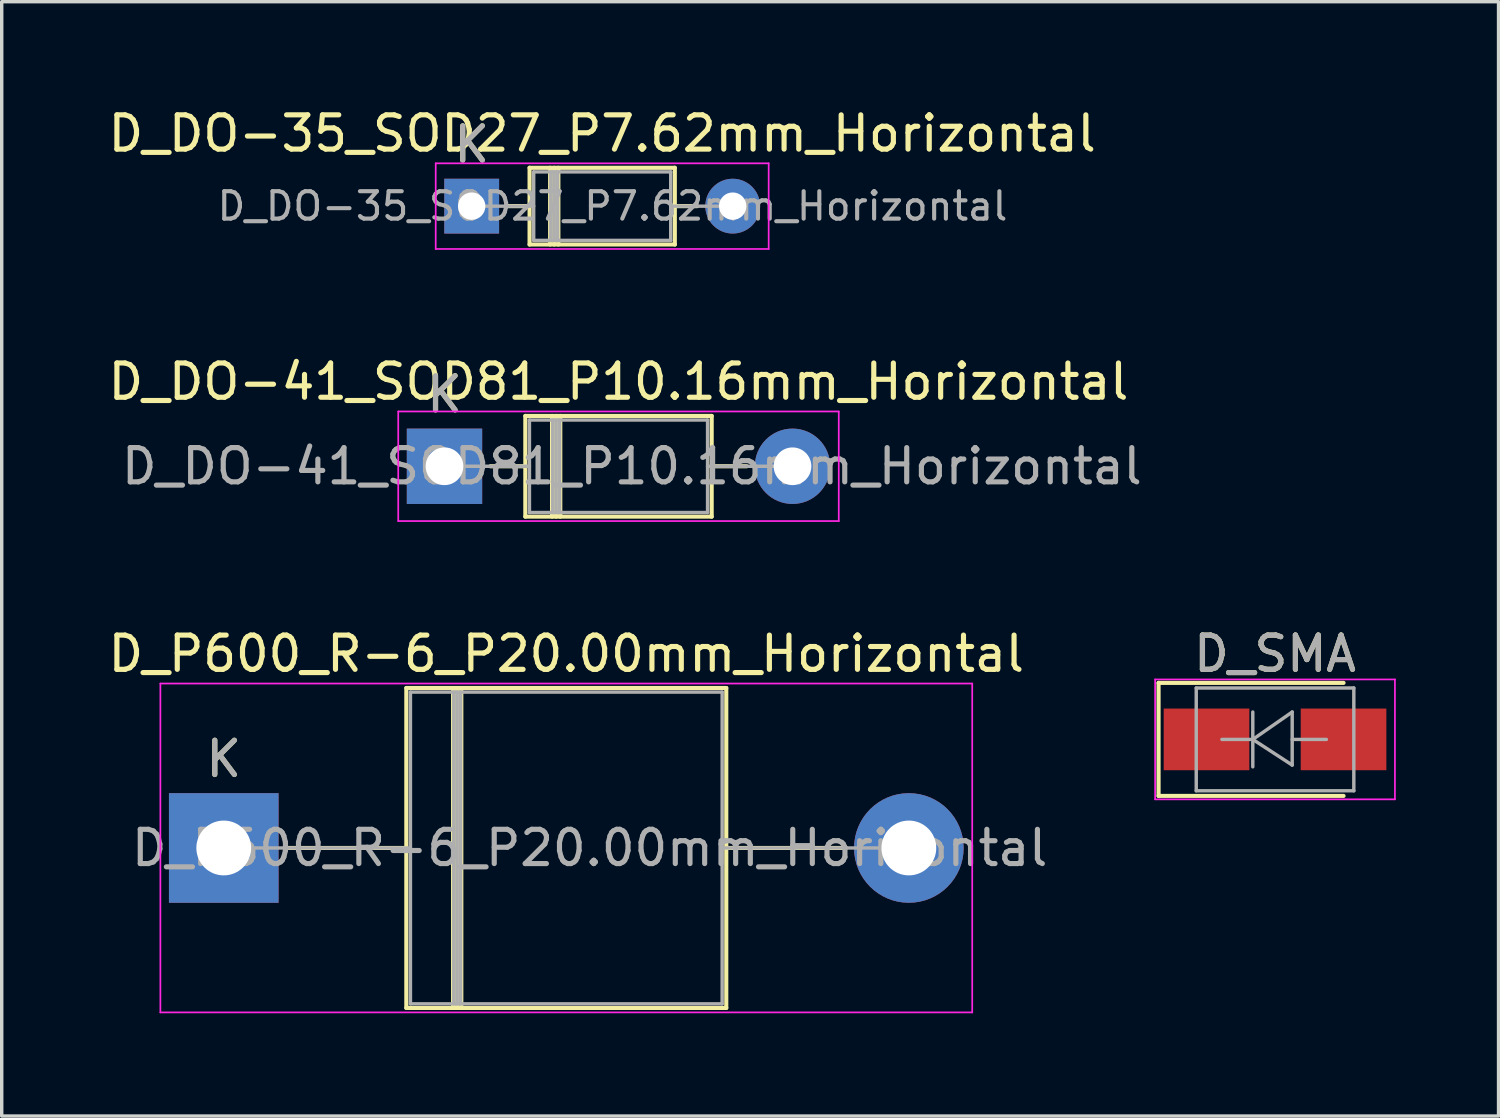
<source format=kicad_pcb>
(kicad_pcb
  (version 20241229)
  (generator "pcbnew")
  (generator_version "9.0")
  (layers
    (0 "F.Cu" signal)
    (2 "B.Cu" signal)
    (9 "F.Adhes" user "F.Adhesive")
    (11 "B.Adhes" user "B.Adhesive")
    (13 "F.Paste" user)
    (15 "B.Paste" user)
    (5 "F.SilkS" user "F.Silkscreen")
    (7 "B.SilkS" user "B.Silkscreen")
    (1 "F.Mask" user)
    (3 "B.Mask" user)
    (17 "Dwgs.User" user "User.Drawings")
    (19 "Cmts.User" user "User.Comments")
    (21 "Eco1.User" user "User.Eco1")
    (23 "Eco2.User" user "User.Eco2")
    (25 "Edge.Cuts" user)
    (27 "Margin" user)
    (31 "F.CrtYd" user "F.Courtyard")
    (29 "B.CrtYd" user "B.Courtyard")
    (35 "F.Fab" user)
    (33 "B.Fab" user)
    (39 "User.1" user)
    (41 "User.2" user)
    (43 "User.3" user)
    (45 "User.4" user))
  (footprint "D_P600_R-6_P20.00mm_Horizontal"
    (layer "F.Cu")
    (at 3.482 21.705)
    (property "Reference" "D_P600_R-6_P20.00mm_Horizontal" (at 10 -5.67 0) (layer "F.SilkS") (effects (font (size 1 1) (thickness 0.15))))
    (attr through_hole)
    (fp_line (start 1.84 0) (end 5.33 0) (stroke (width 0.12) (type solid)) (layer "F.SilkS"))
    (fp_line (start 5.33 -4.67) (end 5.33 4.67) (stroke (width 0.12) (type solid)) (layer "F.SilkS"))
    (fp_line (start 5.33 4.67) (end 14.67 4.67) (stroke (width 0.12) (type solid)) (layer "F.SilkS"))
    (fp_line (start 6.695 -4.67) (end 6.695 4.67) (stroke (width 0.12) (type solid)) (layer "F.SilkS"))
    (fp_line (start 6.815 -4.67) (end 6.815 4.67) (stroke (width 0.12) (type solid)) (layer "F.SilkS"))
    (fp_line (start 6.935 -4.67) (end 6.935 4.67) (stroke (width 0.12) (type solid)) (layer "F.SilkS"))
    (fp_line (start 14.67 -4.67) (end 5.33 -4.67) (stroke (width 0.12) (type solid)) (layer "F.SilkS"))
    (fp_line (start 14.67 4.67) (end 14.67 -4.67) (stroke (width 0.12) (type solid)) (layer "F.SilkS"))
    (fp_line (start 18.16 0) (end 14.67 0) (stroke (width 0.12) (type solid)) (layer "F.SilkS"))
    (fp_line (start -1.85 -4.8) (end -1.85 4.8) (stroke (width 0.05) (type solid)) (layer "F.CrtYd"))
    (fp_line (start -1.85 4.8) (end 21.85 4.8) (stroke (width 0.05) (type solid)) (layer "F.CrtYd"))
    (fp_line (start 21.85 -4.8) (end -1.85 -4.8) (stroke (width 0.05) (type solid)) (layer "F.CrtYd"))
    (fp_line (start 21.85 4.8) (end 21.85 -4.8) (stroke (width 0.05) (type solid)) (layer "F.CrtYd"))
    (fp_line (start 0 0) (end 5.45 0) (stroke (width 0.1) (type solid)) (layer "F.Fab"))
    (fp_line (start 5.45 -4.55) (end 5.45 4.55) (stroke (width 0.1) (type solid)) (layer "F.Fab"))
    (fp_line (start 5.45 4.55) (end 14.55 4.55) (stroke (width 0.1) (type solid)) (layer "F.Fab"))
    (fp_line (start 6.715 -4.55) (end 6.715 4.55) (stroke (width 0.1) (type solid)) (layer "F.Fab"))
    (fp_line (start 6.815 -4.55) (end 6.815 4.55) (stroke (width 0.1) (type solid)) (layer "F.Fab"))
    (fp_line (start 6.915 -4.55) (end 6.915 4.55) (stroke (width 0.1) (type solid)) (layer "F.Fab"))
    (fp_line (start 14.55 -4.55) (end 5.45 -4.55) (stroke (width 0.1) (type solid)) (layer "F.Fab"))
    (fp_line (start 14.55 4.55) (end 14.55 -4.55) (stroke (width 0.1) (type solid)) (layer "F.Fab"))
    (fp_line (start 20 0) (end 14.55 0) (stroke (width 0.1) (type solid)) (layer "F.Fab"))
    (fp_text user "K" (at 0 -2.6 0) (layer "F.SilkS") (effects (font (size 1 1) (thickness 0.15))))
    (fp_text user "${REFERENCE}" (at 10.682 0 0) (layer "F.Fab") (effects (font (size 1 1) (thickness 0.15))))
    (fp_text user "K" (at 0 -2.6 0) (layer "F.Fab") (effects (font (size 1 1) (thickness 0.15))))
    (pad "1" thru_hole rect (at 0 0) (size 3.2 3.2) (drill 1.6) (layers "*.Cu" "*.Mask"))
    (pad "2" thru_hole oval (at 20 0) (size 3.2 3.2) (drill 1.6) (layers "*.Cu" "*.Mask")))
  (footprint "D_DO-41_SOD81_P10.16mm_Horizontal"
    (layer "F.Cu")
    (at 9.926 10.562)
    (property "Reference" "D_DO-41_SOD81_P10.16mm_Horizontal" (at 5.08 -2.47 0) (layer "F.SilkS") (effects (font (size 1 1) (thickness 0.15))))
    (attr through_hole)
    (fp_line (start 1.34 0) (end 2.36 0) (stroke (width 0.12) (type solid)) (layer "F.SilkS"))
    (fp_line (start 2.36 -1.47) (end 2.36 1.47) (stroke (width 0.12) (type solid)) (layer "F.SilkS"))
    (fp_line (start 2.36 1.47) (end 7.8 1.47) (stroke (width 0.12) (type solid)) (layer "F.SilkS"))
    (fp_line (start 3.14 -1.47) (end 3.14 1.47) (stroke (width 0.12) (type solid)) (layer "F.SilkS"))
    (fp_line (start 3.26 -1.47) (end 3.26 1.47) (stroke (width 0.12) (type solid)) (layer "F.SilkS"))
    (fp_line (start 3.38 -1.47) (end 3.38 1.47) (stroke (width 0.12) (type solid)) (layer "F.SilkS"))
    (fp_line (start 7.8 -1.47) (end 2.36 -1.47) (stroke (width 0.12) (type solid)) (layer "F.SilkS"))
    (fp_line (start 7.8 1.47) (end 7.8 -1.47) (stroke (width 0.12) (type solid)) (layer "F.SilkS"))
    (fp_line (start 8.82 0) (end 7.8 0) (stroke (width 0.12) (type solid)) (layer "F.SilkS"))
    (fp_line (start -1.35 -1.6) (end -1.35 1.6) (stroke (width 0.05) (type solid)) (layer "F.CrtYd"))
    (fp_line (start -1.35 1.6) (end 11.51 1.6) (stroke (width 0.05) (type solid)) (layer "F.CrtYd"))
    (fp_line (start 11.51 -1.6) (end -1.35 -1.6) (stroke (width 0.05) (type solid)) (layer "F.CrtYd"))
    (fp_line (start 11.51 1.6) (end 11.51 -1.6) (stroke (width 0.05) (type solid)) (layer "F.CrtYd"))
    (fp_line (start 0 0) (end 2.48 0) (stroke (width 0.1) (type solid)) (layer "F.Fab"))
    (fp_line (start 2.48 -1.35) (end 2.48 1.35) (stroke (width 0.1) (type solid)) (layer "F.Fab"))
    (fp_line (start 2.48 1.35) (end 7.68 1.35) (stroke (width 0.1) (type solid)) (layer "F.Fab"))
    (fp_line (start 3.16 -1.35) (end 3.16 1.35) (stroke (width 0.1) (type solid)) (layer "F.Fab"))
    (fp_line (start 3.26 -1.35) (end 3.26 1.35) (stroke (width 0.1) (type solid)) (layer "F.Fab"))
    (fp_line (start 3.36 -1.35) (end 3.36 1.35) (stroke (width 0.1) (type solid)) (layer "F.Fab"))
    (fp_line (start 7.68 -1.35) (end 2.48 -1.35) (stroke (width 0.1) (type solid)) (layer "F.Fab"))
    (fp_line (start 7.68 1.35) (end 7.68 -1.35) (stroke (width 0.1) (type solid)) (layer "F.Fab"))
    (fp_line (start 10.16 0) (end 7.68 0) (stroke (width 0.1) (type solid)) (layer "F.Fab"))
    (fp_text user "K" (at 0 -2.1 0) (layer "F.SilkS") (effects (font (size 1 1) (thickness 0.15))))
    (fp_text user "K" (at 0 -2.1 0) (layer "F.Fab") (effects (font (size 1 1) (thickness 0.15))))
    (fp_text user "${REFERENCE}" (at 5.47 0 0) (layer "F.Fab") (effects (font (size 1 1) (thickness 0.15))))
    (pad "1" thru_hole rect (at 0 0) (size 2.2 2.2) (drill 1.1) (layers "*.Cu" "*.Mask"))
    (pad "2" thru_hole oval (at 10.16 0) (size 2.2 2.2) (drill 1.1) (layers "*.Cu" "*.Mask")))
  (footprint "D_SMA"
    (layer "F.Cu")
    (at 34.172 18.535)
    (property "Reference" "D_SMA" (at 0 -2.5 0) (layer "F.SilkS") (effects (font (size 1 1) (thickness 0.15))))
    (attr smd)
    (fp_line (start -3.4 -1.65) (end -3.4 1.65) (stroke (width 0.12) (type solid)) (layer "F.SilkS"))
    (fp_line (start -3.4 -1.65) (end 2 -1.65) (stroke (width 0.12) (type solid)) (layer "F.SilkS"))
    (fp_line (start -3.4 1.65) (end 2 1.65) (stroke (width 0.12) (type solid)) (layer "F.SilkS"))
    (fp_line (start -3.5 -1.75) (end 3.5 -1.75) (stroke (width 0.05) (type solid)) (layer "F.CrtYd"))
    (fp_line (start -3.5 1.75) (end -3.5 -1.75) (stroke (width 0.05) (type solid)) (layer "F.CrtYd"))
    (fp_line (start 3.5 -1.75) (end 3.5 1.75) (stroke (width 0.05) (type solid)) (layer "F.CrtYd"))
    (fp_line (start 3.5 1.75) (end -3.5 1.75) (stroke (width 0.05) (type solid)) (layer "F.CrtYd"))
    (fp_line (start -2.3 1.5) (end -2.3 -1.5) (stroke (width 0.1) (type solid)) (layer "F.Fab"))
    (fp_line (start -0.649 -0.799) (end -0.649 0.801) (stroke (width 0.1) (type solid)) (layer "F.Fab"))
    (fp_line (start -0.649 0.001) (end -1.551 0.001) (stroke (width 0.1) (type solid)) (layer "F.Fab"))
    (fp_line (start -0.649 0.001) (end 0.501 -0.799) (stroke (width 0.1) (type solid)) (layer "F.Fab"))
    (fp_line (start -0.649 0.001) (end 0.501 0.75) (stroke (width 0.1) (type solid)) (layer "F.Fab"))
    (fp_line (start 0.501 0.001) (end 1.499 0.001) (stroke (width 0.1) (type solid)) (layer "F.Fab"))
    (fp_line (start 0.501 0.75) (end 0.501 -0.799) (stroke (width 0.1) (type solid)) (layer "F.Fab"))
    (fp_line (start 2.3 -1.5) (end -2.3 -1.5) (stroke (width 0.1) (type solid)) (layer "F.Fab"))
    (fp_line (start 2.3 -1.5) (end 2.3 1.5) (stroke (width 0.1) (type solid)) (layer "F.Fab"))
    (fp_line (start 2.3 1.5) (end -2.3 1.5) (stroke (width 0.1) (type solid)) (layer "F.Fab"))
    (fp_text user "${REFERENCE}" (at 0 -2.5 0) (layer "F.Fab") (effects (font (size 1 1) (thickness 0.15))))
    (pad "1" smd rect (at -2 0) (size 2.5 1.8) (layers "F.Cu" "F.Mask" "F.Paste"))
    (pad "2" smd rect (at 2 0) (size 2.5 1.8) (layers "F.Cu" "F.Mask" "F.Paste")))
  (footprint "D_DO-35_SOD27_P7.62mm_Horizontal"
    (layer "F.Cu")
    (at 10.72 2.968)
    (property "Reference" "D_DO-35_SOD27_P7.62mm_Horizontal" (at 3.81 -2.12 0) (layer "F.SilkS") (effects (font (size 1 1) (thickness 0.15))))
    (attr through_hole)
    (fp_line (start 1.04 0) (end 1.69 0) (stroke (width 0.12) (type solid)) (layer "F.SilkS"))
    (fp_line (start 1.69 -1.12) (end 1.69 1.12) (stroke (width 0.12) (type solid)) (layer "F.SilkS"))
    (fp_line (start 1.69 1.12) (end 5.93 1.12) (stroke (width 0.12) (type solid)) (layer "F.SilkS"))
    (fp_line (start 2.29 -1.12) (end 2.29 1.12) (stroke (width 0.12) (type solid)) (layer "F.SilkS"))
    (fp_line (start 2.41 -1.12) (end 2.41 1.12) (stroke (width 0.12) (type solid)) (layer "F.SilkS"))
    (fp_line (start 2.53 -1.12) (end 2.53 1.12) (stroke (width 0.12) (type solid)) (layer "F.SilkS"))
    (fp_line (start 5.93 -1.12) (end 1.69 -1.12) (stroke (width 0.12) (type solid)) (layer "F.SilkS"))
    (fp_line (start 5.93 1.12) (end 5.93 -1.12) (stroke (width 0.12) (type solid)) (layer "F.SilkS"))
    (fp_line (start 6.58 0) (end 5.93 0) (stroke (width 0.12) (type solid)) (layer "F.SilkS"))
    (fp_line (start -1.05 -1.25) (end -1.05 1.25) (stroke (width 0.05) (type solid)) (layer "F.CrtYd"))
    (fp_line (start -1.05 1.25) (end 8.67 1.25) (stroke (width 0.05) (type solid)) (layer "F.CrtYd"))
    (fp_line (start 8.67 -1.25) (end -1.05 -1.25) (stroke (width 0.05) (type solid)) (layer "F.CrtYd"))
    (fp_line (start 8.67 1.25) (end 8.67 -1.25) (stroke (width 0.05) (type solid)) (layer "F.CrtYd"))
    (fp_line (start 0 0) (end 1.81 0) (stroke (width 0.1) (type solid)) (layer "F.Fab"))
    (fp_line (start 1.81 -1) (end 1.81 1) (stroke (width 0.1) (type solid)) (layer "F.Fab"))
    (fp_line (start 1.81 1) (end 5.81 1) (stroke (width 0.1) (type solid)) (layer "F.Fab"))
    (fp_line (start 2.31 -1) (end 2.31 1) (stroke (width 0.1) (type solid)) (layer "F.Fab"))
    (fp_line (start 2.41 -1) (end 2.41 1) (stroke (width 0.1) (type solid)) (layer "F.Fab"))
    (fp_line (start 2.51 -1) (end 2.51 1) (stroke (width 0.1) (type solid)) (layer "F.Fab"))
    (fp_line (start 5.81 -1) (end 1.81 -1) (stroke (width 0.1) (type solid)) (layer "F.Fab"))
    (fp_line (start 5.81 1) (end 5.81 -1) (stroke (width 0.1) (type solid)) (layer "F.Fab"))
    (fp_line (start 7.62 0) (end 5.81 0) (stroke (width 0.1) (type solid)) (layer "F.Fab"))
    (fp_text user "K" (at 0 -1.8 0) (layer "F.SilkS") (effects (font (size 1 1) (thickness 0.15))))
    (fp_text user "K" (at 0 -1.8 0) (layer "F.Fab") (effects (font (size 1 1) (thickness 0.15))))
    (fp_text user "${REFERENCE}" (at 4.11 0 0) (layer "F.Fab") (effects (font (size 0.8 0.8) (thickness 0.12))))
    (pad "1" thru_hole rect (at 0 0) (size 1.6 1.6) (drill 0.8) (layers "*.Cu" "*.Mask"))
    (pad "2" thru_hole oval (at 7.62 0) (size 1.6 1.6) (drill 0.8) (layers "*.Cu" "*.Mask")))
  (gr_rect
    (start -3 -3)
    (end 40.697 29.53)
    (stroke (width 0.1) (type default))
    (fill no)
    (layer "Edge.Cuts")))
</source>
